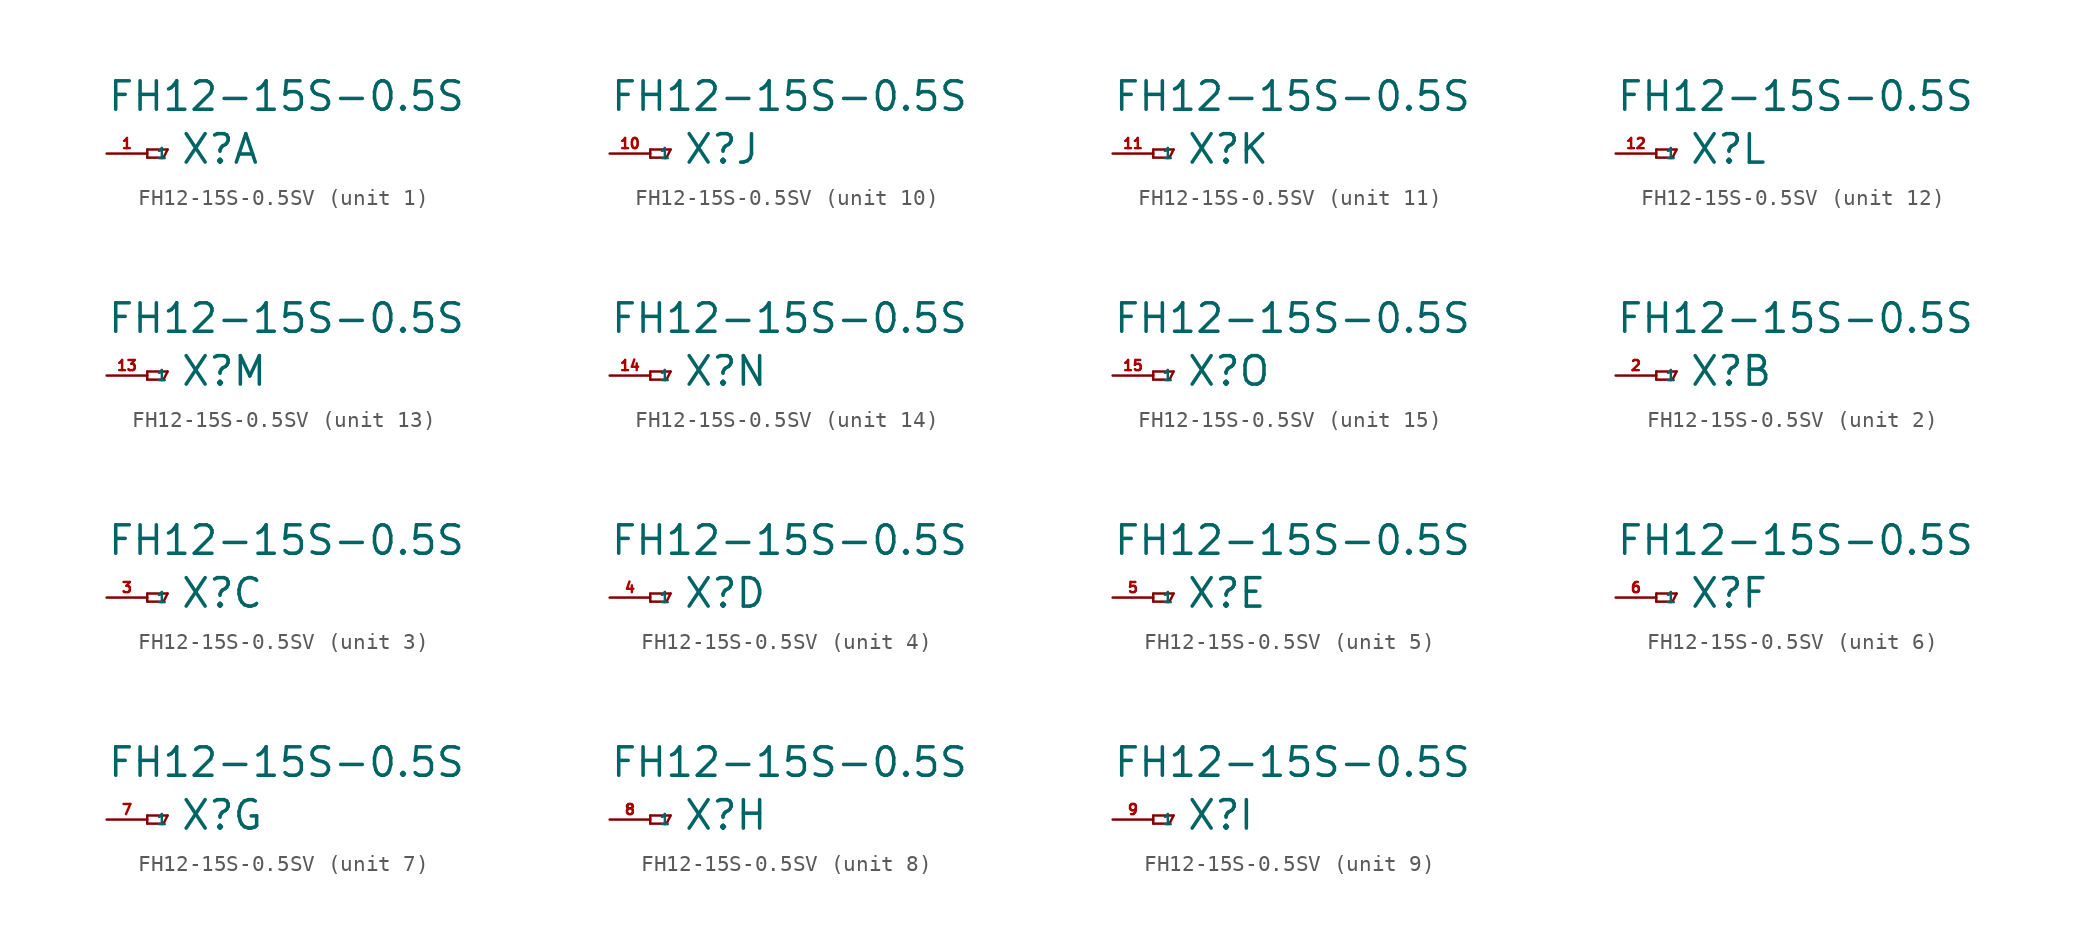
<source format=kicad_sym>
(kicad_symbol_lib
  (version 20220914)
  (generator Eagle2Kicad)
  (symbol "FH12-15S-0.5SV"
    (property "Reference" "X"
      (at 2.032 -0.762 0)
      (effects (font (size 1.778 1.778) (thickness 0.22)) (justify left bottom)))
    (property "Value" "FH12-15S-0.5S"
      (at -2.54 2.54 0)
      (effects (font (size 1.778 1.778) (thickness 0.22)) (justify left bottom)))
    (symbol "FH12-15S-0.5SV_1_0"
      (polyline (pts (xy 0 0.254) (xy 0 -0.254)) (stroke (width 0.152) (type default)) (fill (type none)))
      (polyline (pts (xy 0 -0.254) (xy 1.016 -0.254)) (stroke (width 0.152) (type default)) (fill (type none)))
      (polyline (pts (xy 1.016 -0.254) (xy 1.27 0.254)) (stroke (width 0.152) (type default)) (fill (type none)))
      (polyline (pts (xy 1.27 0.254) (xy 0 0.254)) (stroke (width 0.152) (type default)) (fill (type none)))
      (pin passive line (at -2.54 0 0) (length 2.54) (name "1" (effects (font (size 0.635 0.635) (thickness 0.08)) (justify left bottom))) (number "1" (effects (font (size 0.635 0.635) (thickness 0.08)) (justify left bottom)))))
    (symbol "FH12-15S-0.5SV_2_0"
      (polyline (pts (xy 0 0.254) (xy 0 -0.254)) (stroke (width 0.152) (type default)) (fill (type none)))
      (polyline (pts (xy 0 -0.254) (xy 1.016 -0.254)) (stroke (width 0.152) (type default)) (fill (type none)))
      (polyline (pts (xy 1.016 -0.254) (xy 1.27 0.254)) (stroke (width 0.152) (type default)) (fill (type none)))
      (polyline (pts (xy 1.27 0.254) (xy 0 0.254)) (stroke (width 0.152) (type default)) (fill (type none)))
      (pin passive line (at -2.54 0 0) (length 2.54) (name "1" (effects (font (size 0.635 0.635) (thickness 0.08)) (justify left bottom))) (number "2" (effects (font (size 0.635 0.635) (thickness 0.08)) (justify left bottom)))))
    (symbol "FH12-15S-0.5SV_3_0"
      (polyline (pts (xy 0 0.254) (xy 0 -0.254)) (stroke (width 0.152) (type default)) (fill (type none)))
      (polyline (pts (xy 0 -0.254) (xy 1.016 -0.254)) (stroke (width 0.152) (type default)) (fill (type none)))
      (polyline (pts (xy 1.016 -0.254) (xy 1.27 0.254)) (stroke (width 0.152) (type default)) (fill (type none)))
      (polyline (pts (xy 1.27 0.254) (xy 0 0.254)) (stroke (width 0.152) (type default)) (fill (type none)))
      (pin passive line (at -2.54 0 0) (length 2.54) (name "1" (effects (font (size 0.635 0.635) (thickness 0.08)) (justify left bottom))) (number "3" (effects (font (size 0.635 0.635) (thickness 0.08)) (justify left bottom)))))
    (symbol "FH12-15S-0.5SV_4_0"
      (polyline (pts (xy 0 0.254) (xy 0 -0.254)) (stroke (width 0.152) (type default)) (fill (type none)))
      (polyline (pts (xy 0 -0.254) (xy 1.016 -0.254)) (stroke (width 0.152) (type default)) (fill (type none)))
      (polyline (pts (xy 1.016 -0.254) (xy 1.27 0.254)) (stroke (width 0.152) (type default)) (fill (type none)))
      (polyline (pts (xy 1.27 0.254) (xy 0 0.254)) (stroke (width 0.152) (type default)) (fill (type none)))
      (pin passive line (at -2.54 0 0) (length 2.54) (name "1" (effects (font (size 0.635 0.635) (thickness 0.08)) (justify left bottom))) (number "4" (effects (font (size 0.635 0.635) (thickness 0.08)) (justify left bottom)))))
    (symbol "FH12-15S-0.5SV_5_0"
      (polyline (pts (xy 0 0.254) (xy 0 -0.254)) (stroke (width 0.152) (type default)) (fill (type none)))
      (polyline (pts (xy 0 -0.254) (xy 1.016 -0.254)) (stroke (width 0.152) (type default)) (fill (type none)))
      (polyline (pts (xy 1.016 -0.254) (xy 1.27 0.254)) (stroke (width 0.152) (type default)) (fill (type none)))
      (polyline (pts (xy 1.27 0.254) (xy 0 0.254)) (stroke (width 0.152) (type default)) (fill (type none)))
      (pin passive line (at -2.54 0 0) (length 2.54) (name "1" (effects (font (size 0.635 0.635) (thickness 0.08)) (justify left bottom))) (number "5" (effects (font (size 0.635 0.635) (thickness 0.08)) (justify left bottom)))))
    (symbol "FH12-15S-0.5SV_6_0"
      (polyline (pts (xy 0 0.254) (xy 0 -0.254)) (stroke (width 0.152) (type default)) (fill (type none)))
      (polyline (pts (xy 0 -0.254) (xy 1.016 -0.254)) (stroke (width 0.152) (type default)) (fill (type none)))
      (polyline (pts (xy 1.016 -0.254) (xy 1.27 0.254)) (stroke (width 0.152) (type default)) (fill (type none)))
      (polyline (pts (xy 1.27 0.254) (xy 0 0.254)) (stroke (width 0.152) (type default)) (fill (type none)))
      (pin passive line (at -2.54 0 0) (length 2.54) (name "1" (effects (font (size 0.635 0.635) (thickness 0.08)) (justify left bottom))) (number "6" (effects (font (size 0.635 0.635) (thickness 0.08)) (justify left bottom)))))
    (symbol "FH12-15S-0.5SV_7_0"
      (polyline (pts (xy 0 0.254) (xy 0 -0.254)) (stroke (width 0.152) (type default)) (fill (type none)))
      (polyline (pts (xy 0 -0.254) (xy 1.016 -0.254)) (stroke (width 0.152) (type default)) (fill (type none)))
      (polyline (pts (xy 1.016 -0.254) (xy 1.27 0.254)) (stroke (width 0.152) (type default)) (fill (type none)))
      (polyline (pts (xy 1.27 0.254) (xy 0 0.254)) (stroke (width 0.152) (type default)) (fill (type none)))
      (pin passive line (at -2.54 0 0) (length 2.54) (name "1" (effects (font (size 0.635 0.635) (thickness 0.08)) (justify left bottom))) (number "7" (effects (font (size 0.635 0.635) (thickness 0.08)) (justify left bottom)))))
    (symbol "FH12-15S-0.5SV_8_0"
      (polyline (pts (xy 0 0.254) (xy 0 -0.254)) (stroke (width 0.152) (type default)) (fill (type none)))
      (polyline (pts (xy 0 -0.254) (xy 1.016 -0.254)) (stroke (width 0.152) (type default)) (fill (type none)))
      (polyline (pts (xy 1.016 -0.254) (xy 1.27 0.254)) (stroke (width 0.152) (type default)) (fill (type none)))
      (polyline (pts (xy 1.27 0.254) (xy 0 0.254)) (stroke (width 0.152) (type default)) (fill (type none)))
      (pin passive line (at -2.54 0 0) (length 2.54) (name "1" (effects (font (size 0.635 0.635) (thickness 0.08)) (justify left bottom))) (number "8" (effects (font (size 0.635 0.635) (thickness 0.08)) (justify left bottom)))))
    (symbol "FH12-15S-0.5SV_9_0"
      (polyline (pts (xy 0 0.254) (xy 0 -0.254)) (stroke (width 0.152) (type default)) (fill (type none)))
      (polyline (pts (xy 0 -0.254) (xy 1.016 -0.254)) (stroke (width 0.152) (type default)) (fill (type none)))
      (polyline (pts (xy 1.016 -0.254) (xy 1.27 0.254)) (stroke (width 0.152) (type default)) (fill (type none)))
      (polyline (pts (xy 1.27 0.254) (xy 0 0.254)) (stroke (width 0.152) (type default)) (fill (type none)))
      (pin passive line (at -2.54 0 0) (length 2.54) (name "1" (effects (font (size 0.635 0.635) (thickness 0.08)) (justify left bottom))) (number "9" (effects (font (size 0.635 0.635) (thickness 0.08)) (justify left bottom)))))
    (symbol "FH12-15S-0.5SV_10_0"
      (polyline (pts (xy 0 0.254) (xy 0 -0.254)) (stroke (width 0.152) (type default)) (fill (type none)))
      (polyline (pts (xy 0 -0.254) (xy 1.016 -0.254)) (stroke (width 0.152) (type default)) (fill (type none)))
      (polyline (pts (xy 1.016 -0.254) (xy 1.27 0.254)) (stroke (width 0.152) (type default)) (fill (type none)))
      (polyline (pts (xy 1.27 0.254) (xy 0 0.254)) (stroke (width 0.152) (type default)) (fill (type none)))
      (pin passive line (at -2.54 0 0) (length 2.54) (name "1" (effects (font (size 0.635 0.635) (thickness 0.08)) (justify left bottom))) (number "10" (effects (font (size 0.635 0.635) (thickness 0.08)) (justify left bottom)))))
    (symbol "FH12-15S-0.5SV_11_0"
      (polyline (pts (xy 0 0.254) (xy 0 -0.254)) (stroke (width 0.152) (type default)) (fill (type none)))
      (polyline (pts (xy 0 -0.254) (xy 1.016 -0.254)) (stroke (width 0.152) (type default)) (fill (type none)))
      (polyline (pts (xy 1.016 -0.254) (xy 1.27 0.254)) (stroke (width 0.152) (type default)) (fill (type none)))
      (polyline (pts (xy 1.27 0.254) (xy 0 0.254)) (stroke (width 0.152) (type default)) (fill (type none)))
      (pin passive line (at -2.54 0 0) (length 2.54) (name "1" (effects (font (size 0.635 0.635) (thickness 0.08)) (justify left bottom))) (number "11" (effects (font (size 0.635 0.635) (thickness 0.08)) (justify left bottom)))))
    (symbol "FH12-15S-0.5SV_12_0"
      (polyline (pts (xy 0 0.254) (xy 0 -0.254)) (stroke (width 0.152) (type default)) (fill (type none)))
      (polyline (pts (xy 0 -0.254) (xy 1.016 -0.254)) (stroke (width 0.152) (type default)) (fill (type none)))
      (polyline (pts (xy 1.016 -0.254) (xy 1.27 0.254)) (stroke (width 0.152) (type default)) (fill (type none)))
      (polyline (pts (xy 1.27 0.254) (xy 0 0.254)) (stroke (width 0.152) (type default)) (fill (type none)))
      (pin passive line (at -2.54 0 0) (length 2.54) (name "1" (effects (font (size 0.635 0.635) (thickness 0.08)) (justify left bottom))) (number "12" (effects (font (size 0.635 0.635) (thickness 0.08)) (justify left bottom)))))
    (symbol "FH12-15S-0.5SV_13_0"
      (polyline (pts (xy 0 0.254) (xy 0 -0.254)) (stroke (width 0.152) (type default)) (fill (type none)))
      (polyline (pts (xy 0 -0.254) (xy 1.016 -0.254)) (stroke (width 0.152) (type default)) (fill (type none)))
      (polyline (pts (xy 1.016 -0.254) (xy 1.27 0.254)) (stroke (width 0.152) (type default)) (fill (type none)))
      (polyline (pts (xy 1.27 0.254) (xy 0 0.254)) (stroke (width 0.152) (type default)) (fill (type none)))
      (pin passive line (at -2.54 0 0) (length 2.54) (name "1" (effects (font (size 0.635 0.635) (thickness 0.08)) (justify left bottom))) (number "13" (effects (font (size 0.635 0.635) (thickness 0.08)) (justify left bottom)))))
    (symbol "FH12-15S-0.5SV_14_0"
      (polyline (pts (xy 0 0.254) (xy 0 -0.254)) (stroke (width 0.152) (type default)) (fill (type none)))
      (polyline (pts (xy 0 -0.254) (xy 1.016 -0.254)) (stroke (width 0.152) (type default)) (fill (type none)))
      (polyline (pts (xy 1.016 -0.254) (xy 1.27 0.254)) (stroke (width 0.152) (type default)) (fill (type none)))
      (polyline (pts (xy 1.27 0.254) (xy 0 0.254)) (stroke (width 0.152) (type default)) (fill (type none)))
      (pin passive line (at -2.54 0 0) (length 2.54) (name "1" (effects (font (size 0.635 0.635) (thickness 0.08)) (justify left bottom))) (number "14" (effects (font (size 0.635 0.635) (thickness 0.08)) (justify left bottom)))))
    (symbol "FH12-15S-0.5SV_15_0"
      (polyline (pts (xy 0 0.254) (xy 0 -0.254)) (stroke (width 0.152) (type default)) (fill (type none)))
      (polyline (pts (xy 0 -0.254) (xy 1.016 -0.254)) (stroke (width 0.152) (type default)) (fill (type none)))
      (polyline (pts (xy 1.016 -0.254) (xy 1.27 0.254)) (stroke (width 0.152) (type default)) (fill (type none)))
      (polyline (pts (xy 1.27 0.254) (xy 0 0.254)) (stroke (width 0.152) (type default)) (fill (type none)))
      (pin passive line (at -2.54 0 0) (length 2.54) (name "1" (effects (font (size 0.635 0.635) (thickness 0.08)) (justify left bottom))) (number "15" (effects (font (size 0.635 0.635) (thickness 0.08)) (justify left bottom)))))))
</source>
